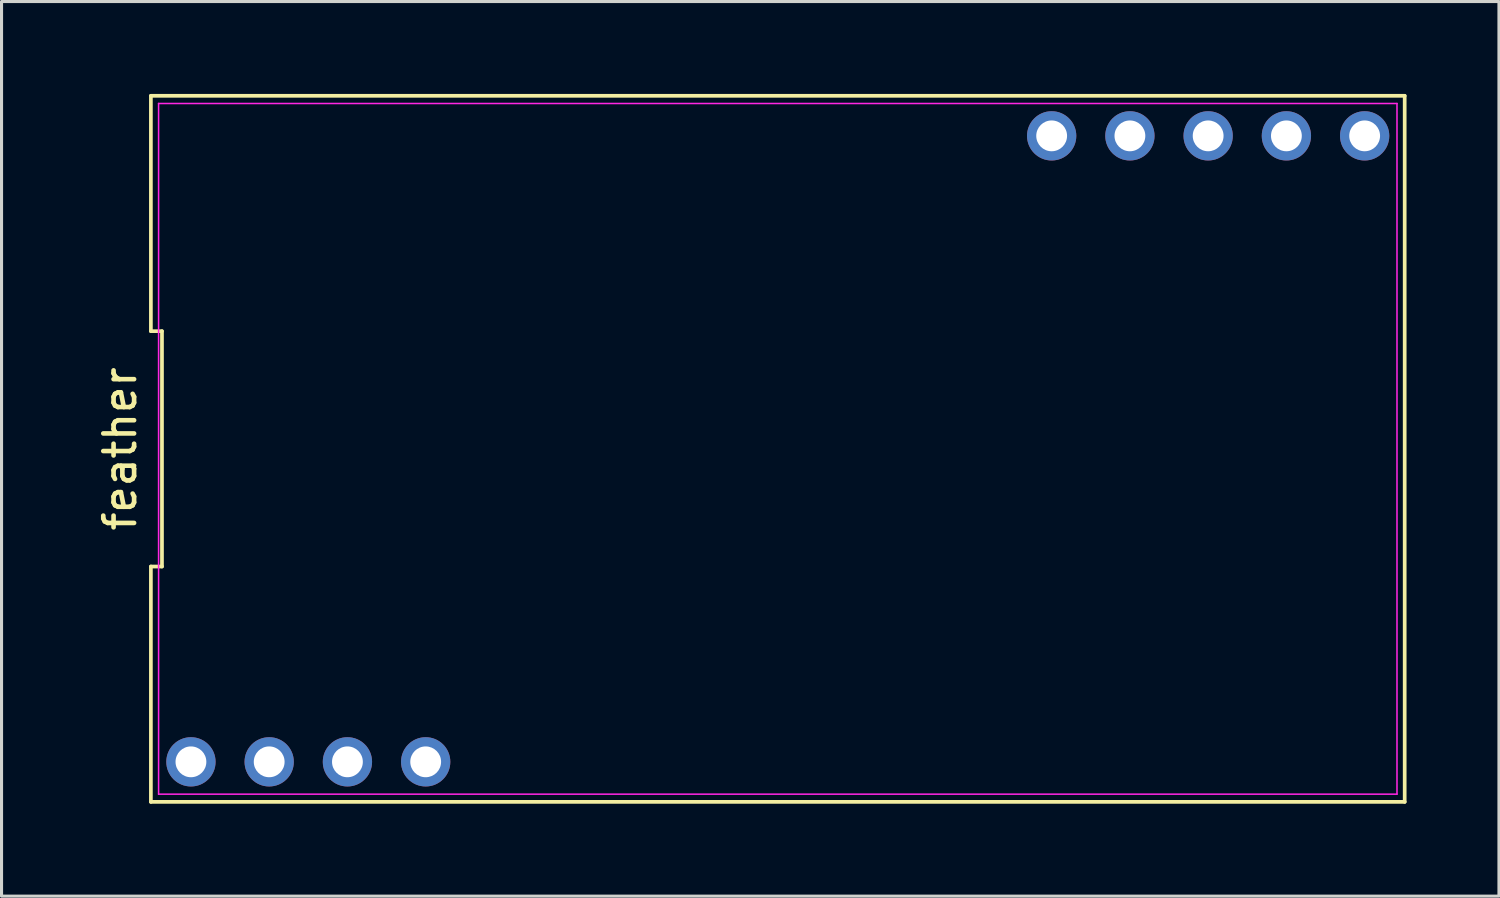
<source format=kicad_pcb>
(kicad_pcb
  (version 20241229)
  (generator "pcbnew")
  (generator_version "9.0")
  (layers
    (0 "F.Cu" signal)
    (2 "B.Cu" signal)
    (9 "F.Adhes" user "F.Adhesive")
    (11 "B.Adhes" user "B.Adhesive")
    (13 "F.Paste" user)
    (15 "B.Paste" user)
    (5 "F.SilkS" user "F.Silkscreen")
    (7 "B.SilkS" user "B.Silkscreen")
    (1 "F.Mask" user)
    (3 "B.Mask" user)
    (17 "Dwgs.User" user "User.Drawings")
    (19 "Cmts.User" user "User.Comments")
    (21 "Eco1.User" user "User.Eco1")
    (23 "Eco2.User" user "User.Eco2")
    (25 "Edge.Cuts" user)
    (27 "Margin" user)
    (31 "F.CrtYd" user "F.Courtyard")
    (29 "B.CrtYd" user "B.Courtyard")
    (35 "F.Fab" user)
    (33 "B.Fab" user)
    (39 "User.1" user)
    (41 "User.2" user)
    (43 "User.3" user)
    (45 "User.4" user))
  (footprint "feather"
    (layer "F.Cu")
    (at 22.198 11.52)
    (property "Reference" "feather" (at -21.35 0 90) (layer "F.SilkS") (effects (font (size 1 1) (thickness 0.15))))
    (attr through_hole)
    (fp_line (start -20.35 -11.46) (end -20.35 -3.82) (stroke (width 0.12) (type default)) (layer "F.SilkS"))
    (fp_line (start -20.35 -3.82) (end -19.99 -3.82) (stroke (width 0.12) (type default)) (layer "F.SilkS"))
    (fp_line (start -20.35 3.82) (end -20.35 11.46) (stroke (width 0.12) (type default)) (layer "F.SilkS"))
    (fp_line (start -20.35 11.46) (end 20.35 11.46) (stroke (width 0.12) (type default)) (layer "F.SilkS"))
    (fp_line (start -19.99 -3.82) (end -19.99 3.82) (stroke (width 0.12) (type default)) (layer "F.SilkS"))
    (fp_line (start -19.99 3.82) (end -20.35 3.82) (stroke (width 0.12) (type default)) (layer "F.SilkS"))
    (fp_line (start 20.35 -11.46) (end -20.35 -11.46) (stroke (width 0.12) (type default)) (layer "F.SilkS"))
    (fp_line (start 20.35 11.46) (end 20.35 -11.46) (stroke (width 0.12) (type default)) (layer "F.SilkS"))
    (fp_line (start -20.1 -11.21) (end 20.1 -11.21) (stroke (width 0.05) (type default)) (layer "F.CrtYd"))
    (fp_line (start -20.1 11.21) (end -20.1 -11.21) (stroke (width 0.05) (type default)) (layer "F.CrtYd"))
    (fp_line (start 20.1 -11.21) (end 20.1 11.21) (stroke (width 0.05) (type default)) (layer "F.CrtYd"))
    (fp_line (start 20.1 11.21) (end -20.1 11.21) (stroke (width 0.05) (type default)) (layer "F.CrtYd"))
    (pad "1" thru_hole circle (at -19.05 10.16) (size 1.6 1.6) (drill 1) (layers "*.Cu" "*.Mask"))
    (pad "2" thru_hole circle (at -16.51 10.16) (size 1.6 1.6) (drill 1) (layers "*.Cu" "*.Mask"))
    (pad "3" thru_hole circle (at -13.97 10.16) (size 1.6 1.6) (drill 1) (layers "*.Cu" "*.Mask"))
    (pad "4" thru_hole circle (at -11.43 10.16) (size 1.6 1.6) (drill 1) (layers "*.Cu" "*.Mask"))
    (pad "17" thru_hole circle (at 19.05 -10.16) (size 1.6 1.6) (drill 1) (layers "*.Cu" "*.Mask"))
    (pad "18" thru_hole circle (at 16.51 -10.16) (size 1.6 1.6) (drill 1) (layers "*.Cu" "*.Mask"))
    (pad "19" thru_hole circle (at 13.97 -10.16) (size 1.6 1.6) (drill 1) (layers "*.Cu" "*.Mask"))
    (pad "20" thru_hole circle (at 11.43 -10.16) (size 1.6 1.6) (drill 1) (layers "*.Cu" "*.Mask"))
    (pad "21" thru_hole circle (at 8.89 -10.16) (size 1.6 1.6) (drill 1) (layers "*.Cu" "*.Mask")))
  (gr_rect
    (start -3 -3)
    (end 45.608 26.04)
    (stroke (width 0.1) (type default))
    (fill no)
    (layer "Edge.Cuts")))
</source>
